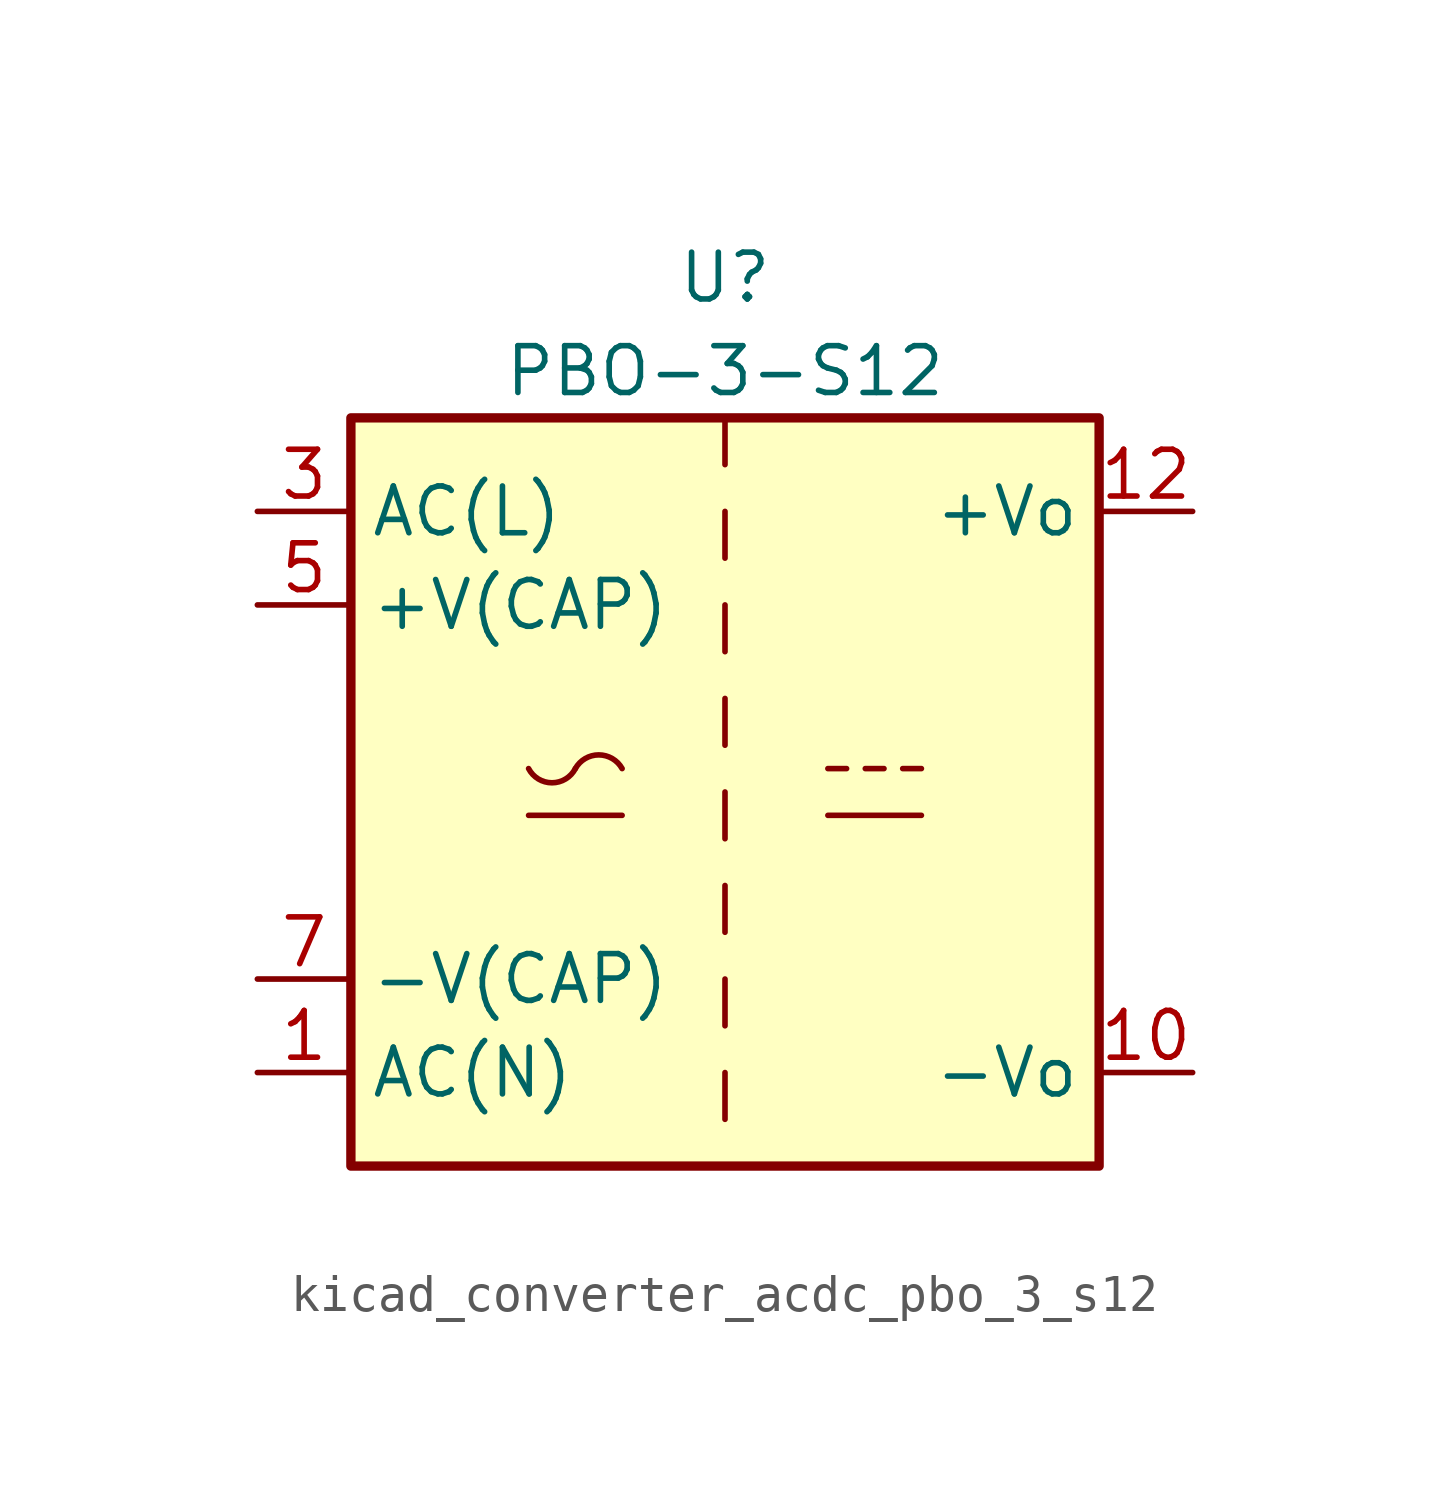
<source format=kicad_sym>
(kicad_symbol_lib
  (version 20220914)
  (generator kicad_symbol_editor)
  (symbol "kicad_converter_acdc_pbo_3_s12"
    (property "Reference" "U"
      (at 0 13.97 0)
      (effects (font (size 1.27 1.27))))
    (property "Value" "PBO-3-S12"
      (at 0 11.43 0)
      (effects (font (size 1.27 1.27))))
    (symbol "kicad_converter_acdc_pbo_3_s12_1_1"
      (rectangle (start -10.16 10.16) (end 10.16 -10.16) (stroke (width 0.254) (type default)) (fill (type background)))
      (arc (start -5.334 0.635) (mid -4.699 0.2495) (end -4.064 0.635) (stroke (width 0) (type default)) (fill (type none)))
      (arc (start -2.794 0.635) (mid -3.429 1.0072) (end -4.064 0.635) (stroke (width 0) (type default)) (fill (type none)))
      (polyline (pts (xy -5.334 -0.635) (xy -2.794 -0.635)) (stroke (width 0) (type default)) (fill (type none)))
      (polyline (pts (xy 0 -7.62) (xy 0 -8.89)) (stroke (width 0) (type default)) (fill (type none)))
      (polyline (pts (xy 0 -5.08) (xy 0 -6.35)) (stroke (width 0) (type default)) (fill (type none)))
      (polyline (pts (xy 0 -2.54) (xy 0 -3.81)) (stroke (width 0) (type default)) (fill (type none)))
      (polyline (pts (xy 0 0) (xy 0 -1.27)) (stroke (width 0) (type default)) (fill (type none)))
      (polyline (pts (xy 0 2.54) (xy 0 1.27)) (stroke (width 0) (type default)) (fill (type none)))
      (polyline (pts (xy 0 5.08) (xy 0 3.81)) (stroke (width 0) (type default)) (fill (type none)))
      (polyline (pts (xy 0 7.62) (xy 0 6.35)) (stroke (width 0) (type default)) (fill (type none)))
      (polyline (pts (xy 0 10.16) (xy 0 8.89)) (stroke (width 0) (type default)) (fill (type none)))
      (polyline (pts (xy 2.794 -0.635) (xy 5.334 -0.635)) (stroke (width 0) (type default)) (fill (type none)))
      (polyline (pts (xy 2.794 0.635) (xy 3.302 0.635)) (stroke (width 0) (type default)) (fill (type none)))
      (polyline (pts (xy 3.81 0.635) (xy 4.318 0.635)) (stroke (width 0) (type default)) (fill (type none)))
      (polyline (pts (xy 4.826 0.635) (xy 5.334 0.635)) (stroke (width 0) (type default)) (fill (type none)))
      (pin power_in line (at -12.7 -7.62 0) (length 2.54) (name "AC(N)" (effects (font (size 1.27 1.27)))) (number "1" (effects (font (size 1.27 1.27)))))
      (pin power_out line (at 12.7 -7.62 180) (length 2.54) (name "-Vo" (effects (font (size 1.27 1.27)))) (number "10" (effects (font (size 1.27 1.27)))))
      (pin power_out line (at 12.7 7.62 180) (length 2.54) (name "+Vo" (effects (font (size 1.27 1.27)))) (number "12" (effects (font (size 1.27 1.27)))))
      (pin power_in line (at -12.7 7.62 0) (length 2.54) (name "AC(L)" (effects (font (size 1.27 1.27)))) (number "3" (effects (font (size 1.27 1.27)))))
      (pin passive line (at -12.7 5.08 0) (length 2.54) (name "+V(CAP)" (effects (font (size 1.27 1.27)))) (number "5" (effects (font (size 1.27 1.27)))))
      (pin passive line (at -12.7 -5.08 0) (length 2.54) (name "-V(CAP)" (effects (font (size 1.27 1.27)))) (number "7" (effects (font (size 1.27 1.27))))))))
</source>
